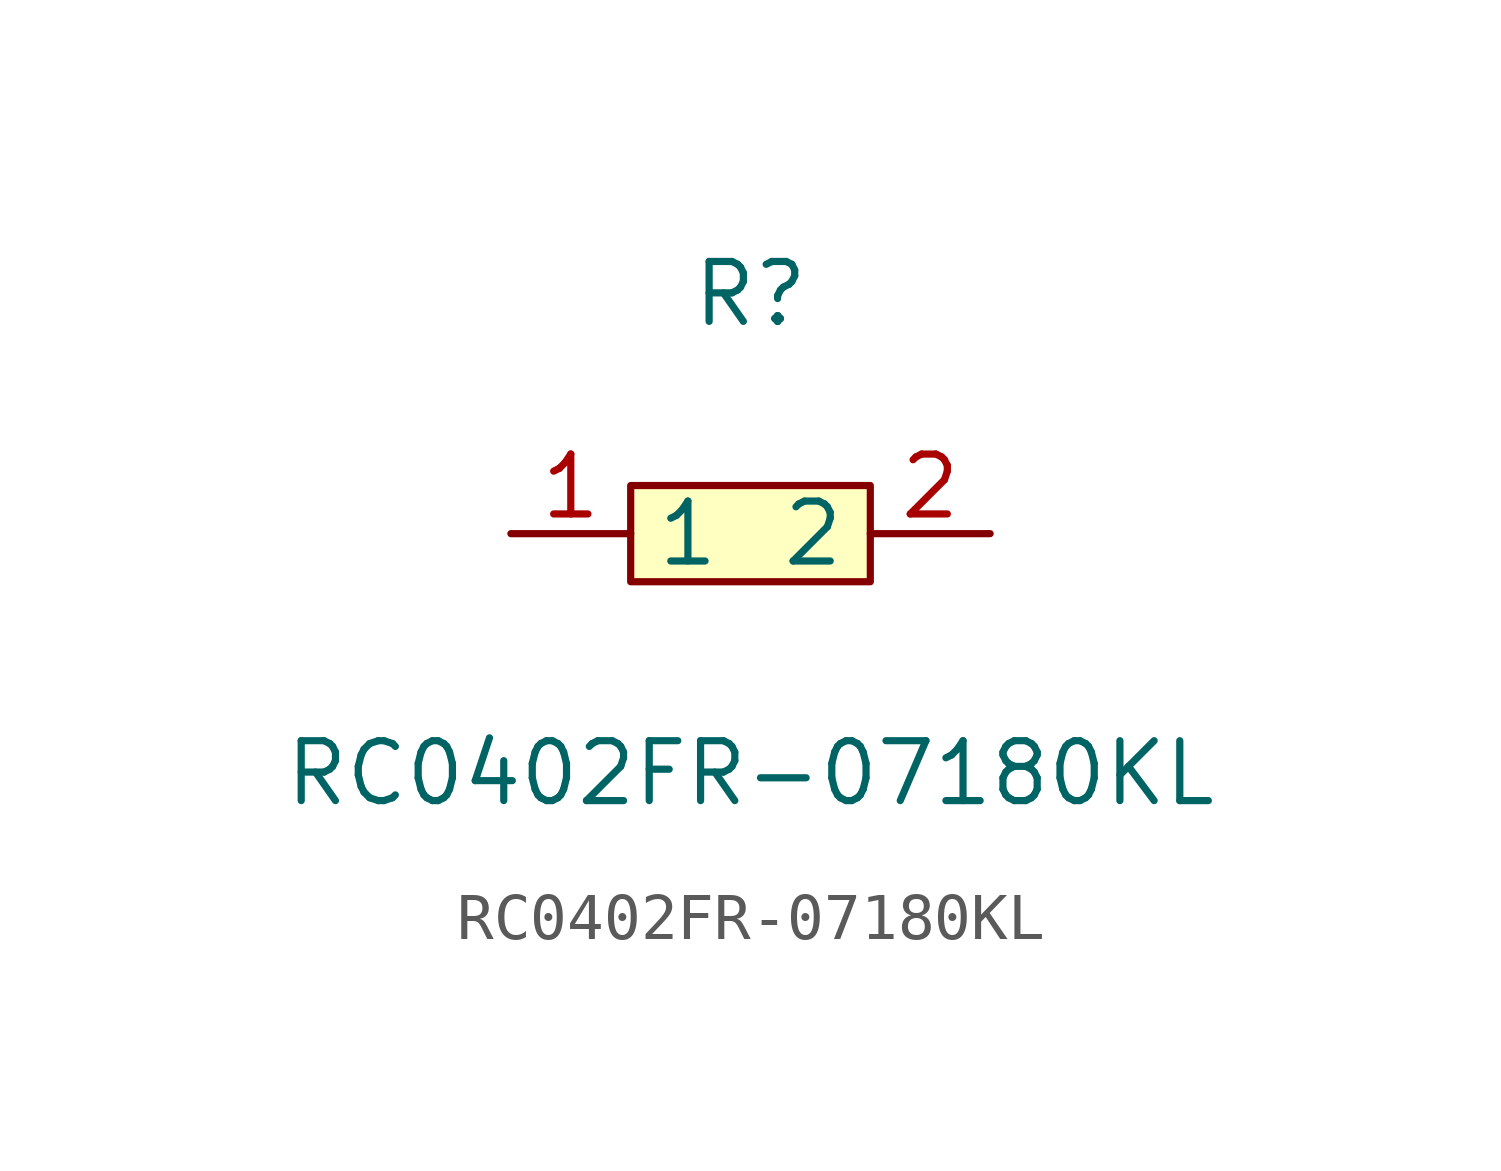
<source format=kicad_sym>
(kicad_symbol_lib
  (version 1)
  (generator "faebryk")
  (symbol "RC0402FR-07180KL"
    (property "Reference" "R"
      (at 0 5.08 0)
      (effects (font (size 1.27 1.27)) (hide no)))
    (property "Value" "RC0402FR-07180KL"
      (at 0 -5.08 0)
      (effects (font (size 1.27 1.27)) (hide no)))
    (symbol "RC0402FR-07180KL_0_1"
      (rectangle (start -2.54 1.02) (end 2.54 -1.02) (stroke (width 0) (type default) (color 0 0 0 0)) (fill (type background)))
      (pin input line (at 5.08 0 180) (length 2.54) (name "2" (effects (font (size 1.27 1.27)) (hide no))) (number "2" (effects (font (size 1.27 1.27)) (hide no))))
      (pin input line (at -5.08 0 0) (length 2.54) (name "1" (effects (font (size 1.27 1.27)) (hide no))) (number "1" (effects (font (size 1.27 1.27)) (hide no)))))))
</source>
